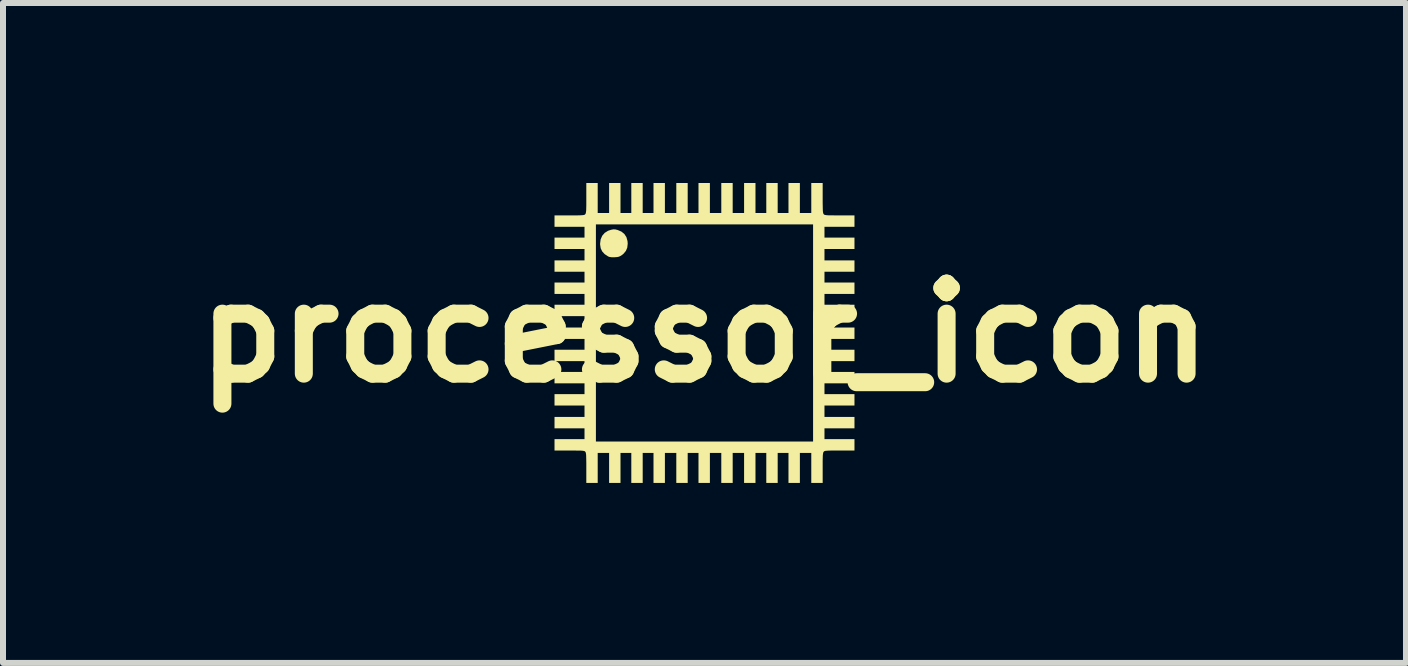
<source format=kicad_pcb>
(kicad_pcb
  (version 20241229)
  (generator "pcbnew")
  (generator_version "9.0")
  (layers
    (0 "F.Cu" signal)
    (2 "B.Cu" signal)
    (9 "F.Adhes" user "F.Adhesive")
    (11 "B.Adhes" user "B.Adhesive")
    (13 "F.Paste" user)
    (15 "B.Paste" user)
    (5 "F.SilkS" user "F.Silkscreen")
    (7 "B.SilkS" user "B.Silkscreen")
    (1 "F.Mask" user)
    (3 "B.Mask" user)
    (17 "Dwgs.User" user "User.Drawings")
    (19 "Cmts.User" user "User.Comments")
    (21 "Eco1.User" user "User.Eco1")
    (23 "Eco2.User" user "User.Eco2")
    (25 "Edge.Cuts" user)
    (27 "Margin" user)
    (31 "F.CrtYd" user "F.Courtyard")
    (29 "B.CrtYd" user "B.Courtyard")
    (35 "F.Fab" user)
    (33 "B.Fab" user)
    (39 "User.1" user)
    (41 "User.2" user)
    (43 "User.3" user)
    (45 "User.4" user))
  (footprint "processor_icon"
    (layer "F.Cu")
    (at 8.693 2.5)
    (property "Reference" "processor_icon" (at 0 0 0) (layer "F.SilkS") (effects (font (size 1.5 1.5) (thickness 0.3))))
    (attr board_only exclude_from_pos_files exclude_from_bom)
    (fp_poly (pts (xy -1.488 -1.726) (xy -1.45 -1.717) (xy -1.449 -1.717) (xy -1.384 -1.689) (xy -1.335 -1.649) (xy -1.301 -1.596) (xy -1.283 -1.531) (xy -1.28 -1.489) (xy -1.287 -1.423) (xy -1.31 -1.368) (xy -1.349 -1.321) (xy -1.375 -1.3) (xy -1.403 -1.282) (xy -1.428 -1.271) (xy -1.456 -1.265) (xy -1.496 -1.262) (xy -1.5 -1.262) (xy -1.549 -1.262) (xy -1.583 -1.267) (xy -1.605 -1.275) (xy -1.664 -1.314) (xy -1.705 -1.359) (xy -1.73 -1.411) (xy -1.74 -1.475) (xy -1.74 -1.491) (xy -1.731 -1.56) (xy -1.705 -1.62) (xy -1.664 -1.668) (xy -1.608 -1.703) (xy -1.557 -1.72) (xy -1.519 -1.727)) (stroke (width 0) (type solid)) (fill yes) (layer "F.SilkS"))
    (fp_poly (pts (xy -1.78 -2.25) (xy -1.78 -2) (xy -1.685 -2) (xy -1.59 -2) (xy -1.59 -2.25) (xy -1.59 -2.5) (xy -1.495 -2.5) (xy -1.4 -2.5) (xy -1.4 -2.25) (xy -1.4 -2) (xy -1.31 -2) (xy -1.22 -2) (xy -1.22 -2.25) (xy -1.22 -2.5) (xy -1.125 -2.5) (xy -1.03 -2.5) (xy -1.03 -2.25) (xy -1.03 -2) (xy -0.94 -2) (xy -0.85 -2) (xy -0.85 -2.25) (xy -0.85 -2.5) (xy -0.755 -2.5) (xy -0.66 -2.5) (xy -0.66 -2.25) (xy -0.66 -2) (xy -0.565 -2) (xy -0.47 -2) (xy -0.47 -2.25) (xy -0.47 -2.5) (xy -0.375 -2.5) (xy -0.28 -2.5) (xy -0.28 -2.25) (xy -0.28 -2) (xy -0.19 -2) (xy -0.1 -2) (xy -0.1 -2.25) (xy -0.1 -2.5) (xy -0.005 -2.5) (xy 0.09 -2.5) (xy 0.09 -2.25) (xy 0.09 -2) (xy 0.185 -2) (xy 0.28 -2) (xy 0.28 -2.25) (xy 0.28 -2.5) (xy 0.375 -2.5) (xy 0.47 -2.5) (xy 0.47 -2.25) (xy 0.47 -2) (xy 0.565 -2) (xy 0.66 -2) (xy 0.66 -2.25) (xy 0.66 -2.5) (xy 0.755 -2.5) (xy 0.85 -2.5) (xy 0.85 -2.25) (xy 0.85 -2) (xy 0.94 -2) (xy 1.03 -2) (xy 1.03 -2.25) (xy 1.03 -2.5) (xy 1.125 -2.5) (xy 1.22 -2.5) (xy 1.22 -2.25) (xy 1.22 -2) (xy 1.31 -2) (xy 1.4 -2) (xy 1.4 -2.25) (xy 1.4 -2.5) (xy 1.495 -2.5) (xy 1.59 -2.5) (xy 1.59 -2.25) (xy 1.59 -2) (xy 1.685 -2) (xy 1.78 -2) (xy 1.78 -2.25) (xy 1.78 -2.5) (xy 1.875 -2.5) (xy 1.97 -2.5) (xy 1.97 -2.25) (xy 1.97 -2.172) (xy 1.971 -2.111) (xy 1.972 -2.066) (xy 1.973 -2.033) (xy 1.976 -2.01) (xy 1.979 -1.995) (xy 1.984 -1.985) (xy 1.987 -1.98) (xy 1.993 -1.974) (xy 2.002 -1.969) (xy 2.015 -1.966) (xy 2.035 -1.963) (xy 2.065 -1.961) (xy 2.107 -1.961) (xy 2.163 -1.96) (xy 2.237 -1.96) (xy 2.252 -1.96) (xy 2.5 -1.96) (xy 2.5 -1.865) (xy 2.5 -1.77) (xy 2.25 -1.77) (xy 2 -1.77) (xy 2 -1.68) (xy 2 -1.59) (xy 2.25 -1.59) (xy 2.5 -1.59) (xy 2.5 -1.495) (xy 2.5 -1.4) (xy 2.25 -1.4) (xy 2 -1.4) (xy 2 -1.305) (xy 2 -1.21) (xy 2.25 -1.21) (xy 2.5 -1.21) (xy 2.5 -1.115) (xy 2.5 -1.02) (xy 2.25 -1.02) (xy 2 -1.02) (xy 2 -0.93) (xy 2 -0.84) (xy 2.25 -0.84) (xy 2.5 -0.84) (xy 2.5 -0.745) (xy 2.5 -0.65) (xy 2.25 -0.65) (xy 2 -0.65) (xy 2 -0.56) (xy 2 -0.47) (xy 2.25 -0.47) (xy 2.5 -0.47) (xy 2.5 -0.375) (xy 2.5 -0.28) (xy 2.25 -0.28) (xy 2 -0.28) (xy 2 -0.185) (xy 2 -0.09) (xy 2.25 -0.09) (xy 2.5 -0.09) (xy 2.5 0.005) (xy 2.5 0.1) (xy 2.25 0.1) (xy 2 0.1) (xy 2 0.19) (xy 2 0.28) (xy 2.25 0.28) (xy 2.5 0.28) (xy 2.5 0.375) (xy 2.5 0.47) (xy 2.25 0.47) (xy 2 0.47) (xy 2 0.56) (xy 2 0.65) (xy 2.25 0.65) (xy 2.5 0.65) (xy 2.5 0.745) (xy 2.5 0.84) (xy 2.25 0.84) (xy 2 0.84) (xy 2 0.93) (xy 2 1.02) (xy 2.25 1.02) (xy 2.5 1.02) (xy 2.5 1.115) (xy 2.5 1.21) (xy 2.25 1.21) (xy 2 1.21) (xy 2 1.305) (xy 2 1.4) (xy 2.25 1.4) (xy 2.5 1.4) (xy 2.5 1.495) (xy 2.5 1.59) (xy 2.25 1.59) (xy 2 1.59) (xy 2 1.68) (xy 2 1.77) (xy 2.25 1.77) (xy 2.5 1.77) (xy 2.5 1.865) (xy 2.5 1.96) (xy 2.252 1.96) (xy 2.175 1.96) (xy 2.116 1.96) (xy 2.072 1.961) (xy 2.04 1.963) (xy 2.018 1.965) (xy 2.004 1.968) (xy 1.995 1.973) (xy 1.988 1.979) (xy 1.987 1.98) (xy 1.982 1.988) (xy 1.978 2) (xy 1.975 2.018) (xy 1.972 2.045) (xy 1.971 2.083) (xy 1.97 2.134) (xy 1.97 2.202) (xy 1.97 2.25) (xy 1.97 2.5) (xy 1.875 2.5) (xy 1.78 2.5) (xy 1.78 2.25) (xy 1.78 2) (xy 1.685 2) (xy 1.59 2) (xy 1.59 2.25) (xy 1.59 2.5) (xy 1.495 2.5) (xy 1.4 2.5) (xy 1.4 2.25) (xy 1.4 2) (xy 1.31 2) (xy 1.22 2) (xy 1.22 2.25) (xy 1.22 2.5) (xy 1.125 2.5) (xy 1.03 2.5) (xy 1.03 2.25) (xy 1.03 2) (xy 0.94 2) (xy 0.85 2) (xy 0.85 2.25) (xy 0.85 2.5) (xy 0.755 2.5) (xy 0.66 2.5) (xy 0.66 2.25) (xy 0.66 2) (xy 0.565 2) (xy 0.47 2) (xy 0.47 2.25) (xy 0.47 2.5) (xy 0.375 2.5) (xy 0.28 2.5) (xy 0.28 2.25) (xy 0.28 2) (xy 0.185 2) (xy 0.09 2) (xy 0.09 2.25) (xy 0.09 2.5) (xy -0.005 2.5) (xy -0.1 2.5) (xy -0.1 2.25) (xy -0.1 2) (xy -0.19 2) (xy -0.28 2) (xy -0.28 2.25) (xy -0.28 2.5) (xy -0.375 2.5) (xy -0.47 2.5) (xy -0.47 2.25) (xy -0.47 2) (xy -0.565 2) (xy -0.66 2) (xy -0.66 2.25) (xy -0.66 2.5) (xy -0.755 2.5) (xy -0.85 2.5) (xy -0.85 2.25) (xy -0.85 2) (xy -0.94 2) (xy -1.03 2) (xy -1.03 2.25) (xy -1.03 2.5) (xy -1.125 2.5) (xy -1.22 2.5) (xy -1.22 2.25) (xy -1.22 2) (xy -1.31 2) (xy -1.4 2) (xy -1.4 2.25) (xy -1.4 2.5) (xy -1.495 2.5) (xy -1.59 2.5) (xy -1.59 2.25) (xy -1.59 2) (xy -1.685 2) (xy -1.78 2) (xy -1.78 2.25) (xy -1.78 2.5) (xy -1.875 2.5) (xy -1.97 2.5) (xy -1.97 2.25) (xy -1.97 2.172) (xy -1.971 2.111) (xy -1.972 2.066) (xy -1.973 2.033) (xy -1.976 2.01) (xy -1.979 1.995) (xy -1.984 1.985) (xy -1.987 1.98) (xy -1.993 1.974) (xy -2.002 1.969) (xy -2.015 1.966) (xy -2.035 1.963) (xy -2.065 1.961) (xy -2.107 1.961) (xy -2.163 1.96) (xy -2.237 1.96) (xy -2.252 1.96) (xy -2.5 1.96) (xy -2.5 1.865) (xy -2.5 1.77) (xy -2.25 1.77) (xy -2 1.77) (xy -2 1.68) (xy -2 1.59) (xy -2.25 1.59) (xy -2.5 1.59) (xy -2.5 1.495) (xy -2.5 1.4) (xy -2.25 1.4) (xy -2 1.4) (xy -2 1.305) (xy -2 1.21) (xy -2.25 1.21) (xy -2.5 1.21) (xy -2.5 1.115) (xy -2.5 1.02) (xy -2.25 1.02) (xy -2 1.02) (xy -2 0.93) (xy -2 0.84) (xy -2.25 0.84) (xy -2.5 0.84) (xy -2.5 0.745) (xy -2.5 0.65) (xy -2.25 0.65) (xy -2 0.65) (xy -2 0.56) (xy -2 0.47) (xy -2.25 0.47) (xy -2.5 0.47) (xy -2.5 0.375) (xy -2.5 0.28) (xy -2.25 0.28) (xy -2 0.28) (xy -2 0.19) (xy -2 0.1) (xy -2.25 0.1) (xy -2.5 0.1) (xy -2.5 0.005) (xy -2.5 0) (xy -1.81 0) (xy -1.81 1.81) (xy 0 1.81) (xy 1.81 1.81) (xy 1.81 0) (xy 1.81 -1.81) (xy 0 -1.81) (xy -1.81 -1.81) (xy -1.81 0) (xy -2.5 0) (xy -2.5 -0.09) (xy -2.25 -0.09) (xy -2 -0.09) (xy -2 -0.185) (xy -2 -0.28) (xy -2.25 -0.28) (xy -2.5 -0.28) (xy -2.5 -0.375) (xy -2.5 -0.47) (xy -2.25 -0.47) (xy -2 -0.47) (xy -2 -0.56) (xy -2 -0.65) (xy -2.25 -0.65) (xy -2.5 -0.65) (xy -2.5 -0.745) (xy -2.5 -0.84) (xy -2.25 -0.84) (xy -2 -0.84) (xy -2 -0.93) (xy -2 -1.02) (xy -2.25 -1.02) (xy -2.5 -1.02) (xy -2.5 -1.115) (xy -2.5 -1.21) (xy -2.25 -1.21) (xy -2 -1.21) (xy -2 -1.305) (xy -2 -1.4) (xy -2.25 -1.4) (xy -2.5 -1.4) (xy -2.5 -1.495) (xy -2.5 -1.59) (xy -2.25 -1.59) (xy -2 -1.59) (xy -2 -1.68) (xy -2 -1.77) (xy -2.25 -1.77) (xy -2.5 -1.77) (xy -2.5 -1.865) (xy -2.5 -1.96) (xy -2.252 -1.96) (xy -2.175 -1.96) (xy -2.116 -1.96) (xy -2.072 -1.961) (xy -2.04 -1.963) (xy -2.018 -1.965) (xy -2.004 -1.968) (xy -1.995 -1.973) (xy -1.988 -1.979) (xy -1.987 -1.98) (xy -1.982 -1.988) (xy -1.978 -2) (xy -1.975 -2.018) (xy -1.972 -2.045) (xy -1.971 -2.083) (xy -1.97 -2.134) (xy -1.97 -2.202) (xy -1.97 -2.25) (xy -1.97 -2.5) (xy -1.875 -2.5) (xy -1.78 -2.5)) (stroke (width 0) (type solid)) (fill yes) (layer "F.SilkS")))
  (gr_rect
    (start -3 -3)
    (end 20.386 8)
    (stroke (width 0.1) (type default))
    (fill no)
    (layer "Edge.Cuts")))
</source>
